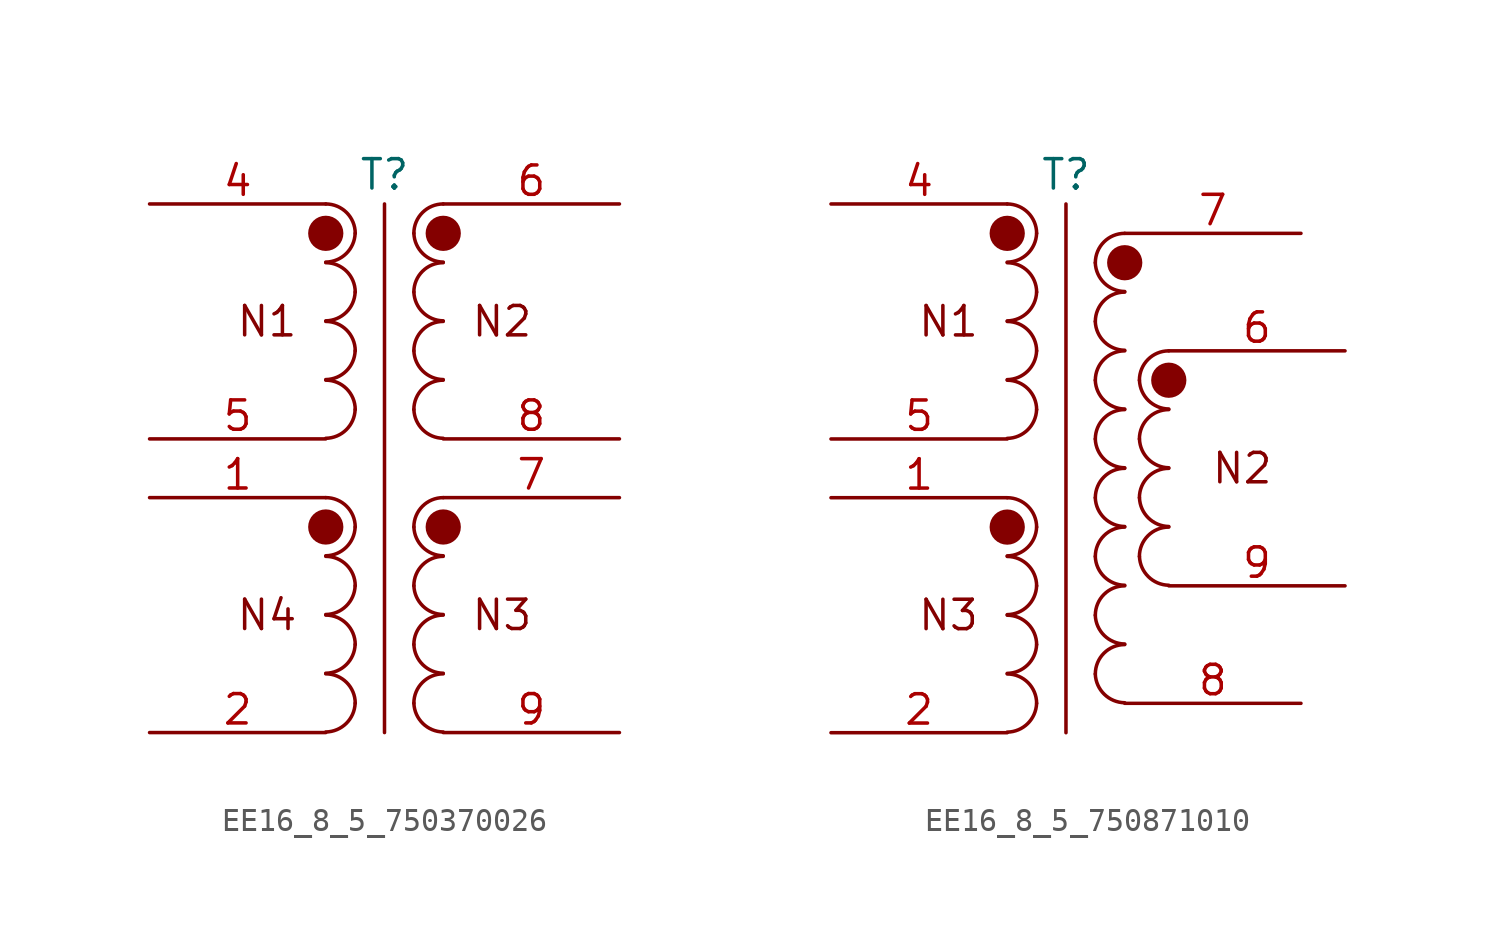
<source format=kicad_sym>
(kicad_symbol_lib
  (version 20220914)
  (generator kicad_symbol_editor)
  (symbol "EE16_8_5_750370026"
    (pin_names hide)
    (property "Reference" "T"
      (at 0 12.7 0)
      (effects (font (size 1.27 1.27))))
    (property "Critical Parameter" ""
      (at 0 -5.08 0)
      (effects (font (size 1.27 1.27)) (justify left)))
    (symbol "EE16_8_5_750370026_0_1"
      (arc (start -2.54 -11.4046) (mid -1.6561 -11.0363) (end -1.27 -10.16) (stroke (width 0) (type default)) (fill (type none)))
      (arc (start -2.54 -8.8646) (mid -1.6561 -8.4963) (end -1.27 -7.62) (stroke (width 0) (type default)) (fill (type none)))
      (arc (start -2.54 -6.3246) (mid -1.6561 -5.9563) (end -1.27 -5.08) (stroke (width 0) (type default)) (fill (type none)))
      (arc (start -2.54 -3.7846) (mid -1.6561 -3.4163) (end -1.27 -2.54) (stroke (width 0) (type default)) (fill (type none)))
      (arc (start -2.54 1.2954) (mid -1.6561 1.6637) (end -1.27 2.54) (stroke (width 0) (type default)) (fill (type none)))
      (arc (start -2.54 3.8354) (mid -1.6561 4.2037) (end -1.27 5.08) (stroke (width 0) (type default)) (fill (type none)))
      (arc (start -2.54 6.3754) (mid -1.6561 6.7437) (end -1.27 7.62) (stroke (width 0) (type default)) (fill (type none)))
      (arc (start -2.54 8.9154) (mid -1.6561 9.2837) (end -1.27 10.16) (stroke (width 0) (type default)) (fill (type none)))
      (arc (start -1.27 -10.16) (mid -1.642 -9.262) (end -2.54 -8.89) (stroke (width 0) (type default)) (fill (type none)))
      (arc (start -1.27 -7.62) (mid -1.642 -6.722) (end -2.54 -6.35) (stroke (width 0) (type default)) (fill (type none)))
      (arc (start -1.27 -5.08) (mid -1.642 -4.182) (end -2.54 -3.81) (stroke (width 0) (type default)) (fill (type none)))
      (arc (start -1.27 -2.54) (mid -1.642 -1.642) (end -2.54 -1.27) (stroke (width 0) (type default)) (fill (type none)))
      (arc (start -1.27 2.54) (mid -1.642 3.438) (end -2.54 3.81) (stroke (width 0) (type default)) (fill (type none)))
      (arc (start -1.27 5.08) (mid -1.642 5.978) (end -2.54 6.35) (stroke (width 0) (type default)) (fill (type none)))
      (arc (start -1.27 7.62) (mid -1.642 8.518) (end -2.54 8.89) (stroke (width 0) (type default)) (fill (type none)))
      (arc (start -1.27 10.16) (mid -1.642 11.058) (end -2.54 11.43) (stroke (width 0) (type default)) (fill (type none)))
      (polyline (pts (xy 0 -11.43) (xy 0 11.43)) (stroke (width 0) (type default)) (fill (type none)))
      (arc (start 1.27 -10.16) (mid 1.6561 -11.0363) (end 2.54 -11.4046) (stroke (width 0) (type default)) (fill (type none)))
      (arc (start 1.27 -7.62) (mid 1.6561 -8.4963) (end 2.54 -8.8646) (stroke (width 0) (type default)) (fill (type none)))
      (arc (start 1.27 -5.08) (mid 1.6561 -5.9563) (end 2.54 -6.3246) (stroke (width 0) (type default)) (fill (type none)))
      (arc (start 1.27 -2.54) (mid 1.6561 -3.4163) (end 2.54 -3.7846) (stroke (width 0) (type default)) (fill (type none)))
      (arc (start 1.27 2.54) (mid 1.6561 1.6637) (end 2.54 1.2954) (stroke (width 0) (type default)) (fill (type none)))
      (arc (start 1.27 5.08) (mid 1.6561 4.2037) (end 2.54 3.8354) (stroke (width 0) (type default)) (fill (type none)))
      (arc (start 1.27 7.62) (mid 1.6561 6.7437) (end 2.54 6.3754) (stroke (width 0) (type default)) (fill (type none)))
      (arc (start 1.27 10.16) (mid 1.6561 9.2837) (end 2.54 8.9154) (stroke (width 0) (type default)) (fill (type none)))
      (arc (start 2.54 -8.89) (mid 1.642 -9.262) (end 1.27 -10.16) (stroke (width 0) (type default)) (fill (type none)))
      (arc (start 2.54 -6.35) (mid 1.642 -6.722) (end 1.27 -7.62) (stroke (width 0) (type default)) (fill (type none)))
      (arc (start 2.54 -3.81) (mid 1.642 -4.182) (end 1.27 -5.08) (stroke (width 0) (type default)) (fill (type none)))
      (arc (start 2.54 -1.27) (mid 1.642 -1.642) (end 1.27 -2.54) (stroke (width 0) (type default)) (fill (type none)))
      (arc (start 2.54 3.81) (mid 1.642 3.438) (end 1.27 2.54) (stroke (width 0) (type default)) (fill (type none)))
      (arc (start 2.54 6.35) (mid 1.642 5.978) (end 1.27 5.08) (stroke (width 0) (type default)) (fill (type none)))
      (arc (start 2.54 8.89) (mid 1.642 8.518) (end 1.27 7.62) (stroke (width 0) (type default)) (fill (type none)))
      (arc (start 2.54 11.43) (mid 1.642 11.058) (end 1.27 10.16) (stroke (width 0) (type default)) (fill (type none))))
    (symbol "EE16_8_5_750370026_1_1"
      (circle (center -2.54 -2.54) (radius 0.0001) (stroke (width 0.762) (type default)) (fill (type none)))
      (circle (center -2.54 10.16) (radius 0.0001) (stroke (width 0.762) (type default)) (fill (type none)))
      (circle (center 2.54 -2.54) (radius 0.0001) (stroke (width 0.762) (type default)) (fill (type none)))
      (circle (center 2.54 10.16) (radius 0.0001) (stroke (width 0.762) (type default)) (fill (type none)))
      (text "N1" (at -5.08 6.35 0) (effects (font (size 1.27 1.27))))
      (text "N2" (at 5.08 6.35 0) (effects (font (size 1.27 1.27))))
      (text "N3" (at 5.08 -6.35 0) (effects (font (size 1.27 1.27))))
      (text "N4" (at -5.08 -6.35 0) (effects (font (size 1.27 1.27))))
      (pin passive line (at -10.16 -1.27 0) (length 7.62) (name "1" (effects (font (size 1.27 1.27)))) (number "1" (effects (font (size 1.27 1.27)))))
      (pin passive line (at -10.16 -11.43 0) (length 7.62) (name "2" (effects (font (size 1.27 1.27)))) (number "2" (effects (font (size 1.27 1.27)))))
      (pin passive line (at -10.16 11.43 0) (length 7.62) (name "4" (effects (font (size 1.27 1.27)))) (number "4" (effects (font (size 1.27 1.27)))))
      (pin passive line (at -10.16 1.27 0) (length 7.62) (name "5" (effects (font (size 1.27 1.27)))) (number "5" (effects (font (size 1.27 1.27)))))
      (pin passive line (at 10.16 11.43 180) (length 7.62) (name "6" (effects (font (size 1.27 1.27)))) (number "6" (effects (font (size 1.27 1.27)))))
      (pin passive line (at 10.16 -1.27 180) (length 7.62) (name "7" (effects (font (size 1.27 1.27)))) (number "7" (effects (font (size 1.27 1.27)))))
      (pin passive line (at 10.16 1.27 180) (length 7.62) (name "8" (effects (font (size 1.27 1.27)))) (number "8" (effects (font (size 1.27 1.27)))))
      (pin passive line (at 10.16 -11.43 180) (length 7.62) (name "9" (effects (font (size 1.27 1.27)))) (number "9" (effects (font (size 1.27 1.27)))))))
  (symbol "EE16_8_5_750871010"
    (pin_names hide)
    (property "Reference" "T"
      (at 0 12.7 0)
      (effects (font (size 1.27 1.27))))
    (property "Critical Parameter" ""
      (at 0 -5.08 0)
      (effects (font (size 1.27 1.27)) (justify left)))
    (symbol "EE16_8_5_750871010_0_1"
      (arc (start -2.54 -11.4046) (mid -1.6561 -11.0363) (end -1.27 -10.16) (stroke (width 0) (type default)) (fill (type none)))
      (arc (start -2.54 -8.8646) (mid -1.6561 -8.4963) (end -1.27 -7.62) (stroke (width 0) (type default)) (fill (type none)))
      (arc (start -2.54 -6.3246) (mid -1.6561 -5.9563) (end -1.27 -5.08) (stroke (width 0) (type default)) (fill (type none)))
      (arc (start -2.54 -3.7846) (mid -1.6561 -3.4163) (end -1.27 -2.54) (stroke (width 0) (type default)) (fill (type none)))
      (arc (start -2.54 1.2954) (mid -1.6561 1.6637) (end -1.27 2.54) (stroke (width 0) (type default)) (fill (type none)))
      (arc (start -2.54 3.8354) (mid -1.6561 4.2037) (end -1.27 5.08) (stroke (width 0) (type default)) (fill (type none)))
      (arc (start -2.54 6.3754) (mid -1.6561 6.7437) (end -1.27 7.62) (stroke (width 0) (type default)) (fill (type none)))
      (arc (start -2.54 8.9154) (mid -1.6561 9.2837) (end -1.27 10.16) (stroke (width 0) (type default)) (fill (type none)))
      (arc (start -1.27 -10.16) (mid -1.642 -9.262) (end -2.54 -8.89) (stroke (width 0) (type default)) (fill (type none)))
      (arc (start -1.27 -7.62) (mid -1.642 -6.722) (end -2.54 -6.35) (stroke (width 0) (type default)) (fill (type none)))
      (arc (start -1.27 -5.08) (mid -1.642 -4.182) (end -2.54 -3.81) (stroke (width 0) (type default)) (fill (type none)))
      (arc (start -1.27 -2.54) (mid -1.642 -1.642) (end -2.54 -1.27) (stroke (width 0) (type default)) (fill (type none)))
      (arc (start -1.27 2.54) (mid -1.642 3.438) (end -2.54 3.81) (stroke (width 0) (type default)) (fill (type none)))
      (arc (start -1.27 5.08) (mid -1.642 5.978) (end -2.54 6.35) (stroke (width 0) (type default)) (fill (type none)))
      (arc (start -1.27 7.62) (mid -1.642 8.518) (end -2.54 8.89) (stroke (width 0) (type default)) (fill (type none)))
      (arc (start -1.27 10.16) (mid -1.642 11.058) (end -2.54 11.43) (stroke (width 0) (type default)) (fill (type none)))
      (polyline (pts (xy 0 -11.43) (xy 0 11.43)) (stroke (width 0) (type default)) (fill (type none)))
      (arc (start 1.27 -8.89) (mid 1.6561 -9.7663) (end 2.54 -10.1346) (stroke (width 0) (type default)) (fill (type none)))
      (arc (start 1.27 -6.35) (mid 1.6561 -7.2263) (end 2.54 -7.5946) (stroke (width 0) (type default)) (fill (type none)))
      (arc (start 1.27 -3.81) (mid 1.6561 -4.6863) (end 2.54 -5.0546) (stroke (width 0) (type default)) (fill (type none)))
      (arc (start 1.27 -1.27) (mid 1.6561 -2.1463) (end 2.54 -2.5146) (stroke (width 0) (type default)) (fill (type none)))
      (arc (start 1.27 1.27) (mid 1.6561 0.3937) (end 2.54 0.0254) (stroke (width 0) (type default)) (fill (type none)))
      (arc (start 1.27 3.81) (mid 1.6561 2.9337) (end 2.54 2.5654) (stroke (width 0) (type default)) (fill (type none)))
      (arc (start 1.27 6.35) (mid 1.6561 5.4737) (end 2.54 5.1054) (stroke (width 0) (type default)) (fill (type none)))
      (arc (start 1.27 8.89) (mid 1.6561 8.0137) (end 2.54 7.6454) (stroke (width 0) (type default)) (fill (type none)))
      (arc (start 2.54 -7.62) (mid 1.642 -7.992) (end 1.27 -8.89) (stroke (width 0) (type default)) (fill (type none)))
      (arc (start 2.54 -5.08) (mid 1.642 -5.452) (end 1.27 -6.35) (stroke (width 0) (type default)) (fill (type none)))
      (arc (start 2.54 -2.54) (mid 1.642 -2.912) (end 1.27 -3.81) (stroke (width 0) (type default)) (fill (type none)))
      (arc (start 2.54 0) (mid 1.642 -0.372) (end 1.27 -1.27) (stroke (width 0) (type default)) (fill (type none)))
      (arc (start 2.54 2.54) (mid 1.642 2.168) (end 1.27 1.27) (stroke (width 0) (type default)) (fill (type none)))
      (arc (start 2.54 5.08) (mid 1.642 4.708) (end 1.27 3.81) (stroke (width 0) (type default)) (fill (type none)))
      (arc (start 2.54 7.62) (mid 1.642 7.248) (end 1.27 6.35) (stroke (width 0) (type default)) (fill (type none)))
      (arc (start 2.54 10.16) (mid 1.642 9.788) (end 1.27 8.89) (stroke (width 0) (type default)) (fill (type none)))
      (arc (start 3.175 -3.81) (mid 3.5611 -4.6863) (end 4.445 -5.0546) (stroke (width 0) (type default)) (fill (type none)))
      (arc (start 3.175 -1.27) (mid 3.5611 -2.1463) (end 4.445 -2.5146) (stroke (width 0) (type default)) (fill (type none)))
      (arc (start 3.175 1.27) (mid 3.5611 0.3937) (end 4.445 0.0254) (stroke (width 0) (type default)) (fill (type none)))
      (arc (start 3.175 3.81) (mid 3.5611 2.9337) (end 4.445 2.5654) (stroke (width 0) (type default)) (fill (type none)))
      (arc (start 4.445 -2.54) (mid 3.547 -2.912) (end 3.175 -3.81) (stroke (width 0) (type default)) (fill (type none)))
      (arc (start 4.445 0) (mid 3.547 -0.372) (end 3.175 -1.27) (stroke (width 0) (type default)) (fill (type none)))
      (arc (start 4.445 2.54) (mid 3.547 2.168) (end 3.175 1.27) (stroke (width 0) (type default)) (fill (type none)))
      (arc (start 4.445 5.08) (mid 3.547 4.708) (end 3.175 3.81) (stroke (width 0) (type default)) (fill (type none))))
    (symbol "EE16_8_5_750871010_1_1"
      (circle (center -2.54 -2.54) (radius 0.0001) (stroke (width 0.762) (type default)) (fill (type none)))
      (circle (center -2.54 10.16) (radius 0.0001) (stroke (width 0.762) (type default)) (fill (type none)))
      (circle (center 2.54 8.89) (radius 0.0001) (stroke (width 0.762) (type default)) (fill (type none)))
      (circle (center 4.445 3.81) (radius 0.0001) (stroke (width 0.762) (type default)) (fill (type none)))
      (text "N1" (at -5.08 6.35 0) (effects (font (size 1.27 1.27))))
      (text "N2" (at 7.62 0 0) (effects (font (size 1.27 1.27))))
      (text "N3" (at -5.08 -6.35 0) (effects (font (size 1.27 1.27))))
      (pin passive line (at -10.16 -1.27 0) (length 7.62) (name "1" (effects (font (size 1.27 1.27)))) (number "1" (effects (font (size 1.27 1.27)))))
      (pin passive line (at -10.16 -11.43 0) (length 7.62) (name "2" (effects (font (size 1.27 1.27)))) (number "2" (effects (font (size 1.27 1.27)))))
      (pin passive line (at -10.16 11.43 0) (length 7.62) (name "4" (effects (font (size 1.27 1.27)))) (number "4" (effects (font (size 1.27 1.27)))))
      (pin passive line (at -10.16 1.27 0) (length 7.62) (name "5" (effects (font (size 1.27 1.27)))) (number "5" (effects (font (size 1.27 1.27)))))
      (pin passive line (at 12.065 5.08 180) (length 7.62) (name "6" (effects (font (size 1.27 1.27)))) (number "6" (effects (font (size 1.27 1.27)))))
      (pin passive line (at 10.16 10.16 180) (length 7.62) (name "7" (effects (font (size 1.27 1.27)))) (number "7" (effects (font (size 1.27 1.27)))))
      (pin passive line (at 10.16 -10.16 180) (length 7.62) (name "8" (effects (font (size 1.27 1.27)))) (number "8" (effects (font (size 1.27 1.27)))))
      (pin passive line (at 12.065 -5.08 180) (length 7.62) (name "9" (effects (font (size 1.27 1.27)))) (number "9" (effects (font (size 1.27 1.27))))))))
</source>
